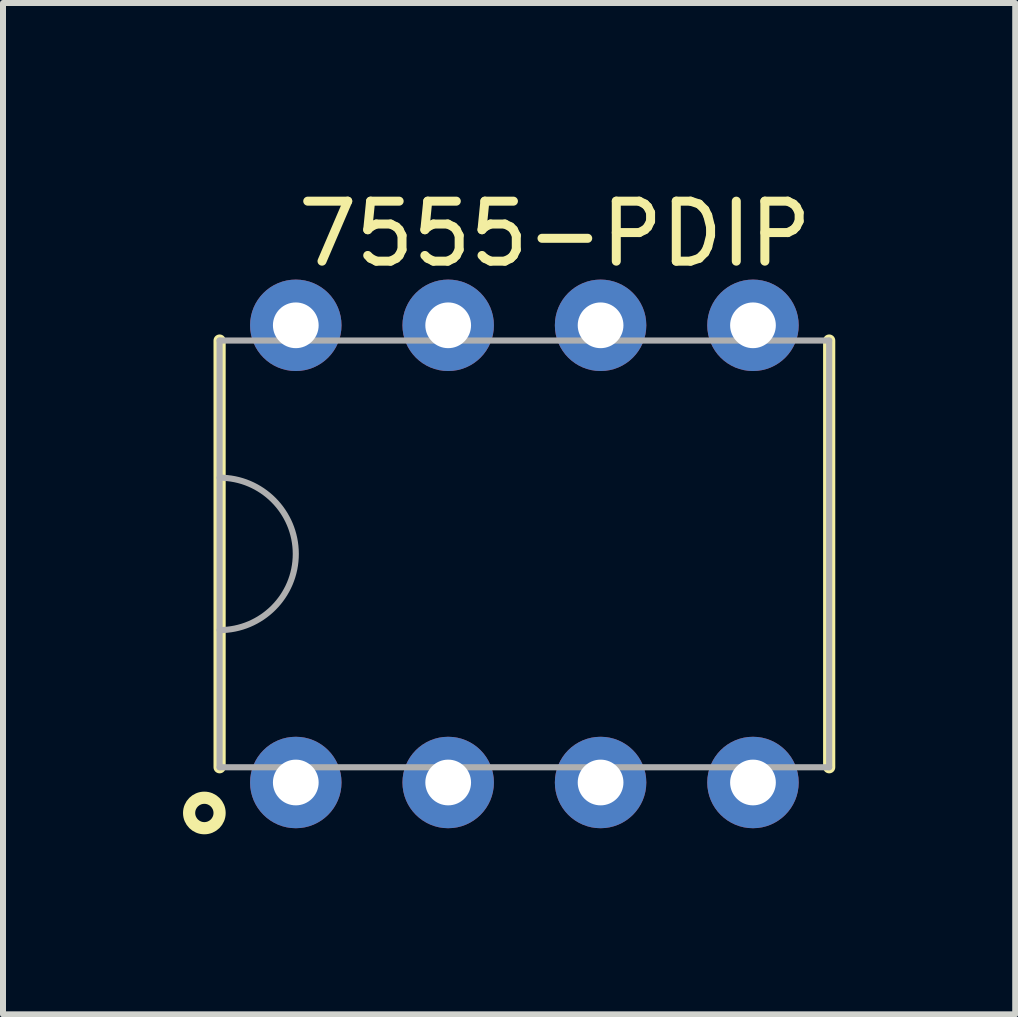
<source format=kicad_pcb>
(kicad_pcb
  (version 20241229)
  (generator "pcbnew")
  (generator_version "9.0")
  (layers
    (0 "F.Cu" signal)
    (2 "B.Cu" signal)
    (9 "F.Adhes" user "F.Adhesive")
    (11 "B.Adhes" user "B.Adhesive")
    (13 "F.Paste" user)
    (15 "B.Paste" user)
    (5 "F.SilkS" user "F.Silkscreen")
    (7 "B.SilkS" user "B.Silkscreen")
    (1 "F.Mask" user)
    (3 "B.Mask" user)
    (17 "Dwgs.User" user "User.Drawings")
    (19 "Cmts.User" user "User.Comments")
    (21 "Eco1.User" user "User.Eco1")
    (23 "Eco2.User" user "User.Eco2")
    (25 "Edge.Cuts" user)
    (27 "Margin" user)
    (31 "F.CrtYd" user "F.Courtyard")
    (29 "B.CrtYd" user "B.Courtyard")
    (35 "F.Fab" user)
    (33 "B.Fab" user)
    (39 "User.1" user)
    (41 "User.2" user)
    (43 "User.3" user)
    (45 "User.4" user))
  (footprint "7555-PDIP"
    (layer "F.Cu")
    (at 5.69 6.182)
    (property "Reference" "7555-PDIP" (at 0.508 -5.334 0) (layer "F.SilkS") (effects (font (size 1 1) (thickness 0.15))))
    (attr through_hole)
    (fp_line (start -5.08 -3.556) (end -5.08 3.556) (stroke (width 0.203) (type solid)) (layer "F.SilkS"))
    (fp_line (start 5.08 -3.556) (end 5.08 3.556) (stroke (width 0.203) (type solid)) (layer "F.SilkS"))
    (fp_circle (center -5.334 4.318) (end -5.08 4.318) (stroke (width 0.203) (type solid)) (fill no) (layer "F.SilkS"))
    (fp_line (start -5.08 -3.556) (end -5.08 3.556) (stroke (width 0.102) (type solid)) (layer "F.Fab"))
    (fp_line (start -5.08 -3.556) (end 5.08 -3.556) (stroke (width 0.102) (type solid)) (layer "F.Fab"))
    (fp_line (start -5.08 3.556) (end 5.08 3.556) (stroke (width 0.102) (type solid)) (layer "F.Fab"))
    (fp_line (start 5.08 -3.556) (end 5.08 3.556) (stroke (width 0.102) (type solid)) (layer "F.Fab"))
    (fp_arc (start -5.08 -1.27) (mid -3.81 0) (end -5.08 1.27) (stroke (width 0.1016) (type solid)) (layer "F.Fab"))
    (pad "1" thru_hole circle (at -3.81 3.81) (size 1.524 1.524) (drill 0.762) (layers "*.Cu" "*.Mask"))
    (pad "2" thru_hole circle (at -1.27 3.81) (size 1.524 1.524) (drill 0.762) (layers "*.Cu" "*.Mask"))
    (pad "3" thru_hole circle (at 1.27 3.81) (size 1.524 1.524) (drill 0.762) (layers "*.Cu" "*.Mask"))
    (pad "4" thru_hole circle (at 3.81 3.81) (size 1.524 1.524) (drill 0.762) (layers "*.Cu" "*.Mask"))
    (pad "5" thru_hole circle (at 3.81 -3.81) (size 1.524 1.524) (drill 0.762) (layers "*.Cu" "*.Mask"))
    (pad "6" thru_hole circle (at 1.27 -3.81) (size 1.524 1.524) (drill 0.762) (layers "*.Cu" "*.Mask"))
    (pad "7" thru_hole circle (at -1.27 -3.81) (size 1.524 1.524) (drill 0.762) (layers "*.Cu" "*.Mask"))
    (pad "8" thru_hole circle (at -3.81 -3.81) (size 1.524 1.524) (drill 0.762) (layers "*.Cu" "*.Mask")))
  (gr_rect
    (start -3 -3)
    (end 13.871 13.856)
    (stroke (width 0.1) (type default))
    (fill no)
    (layer "Edge.Cuts")))
</source>
